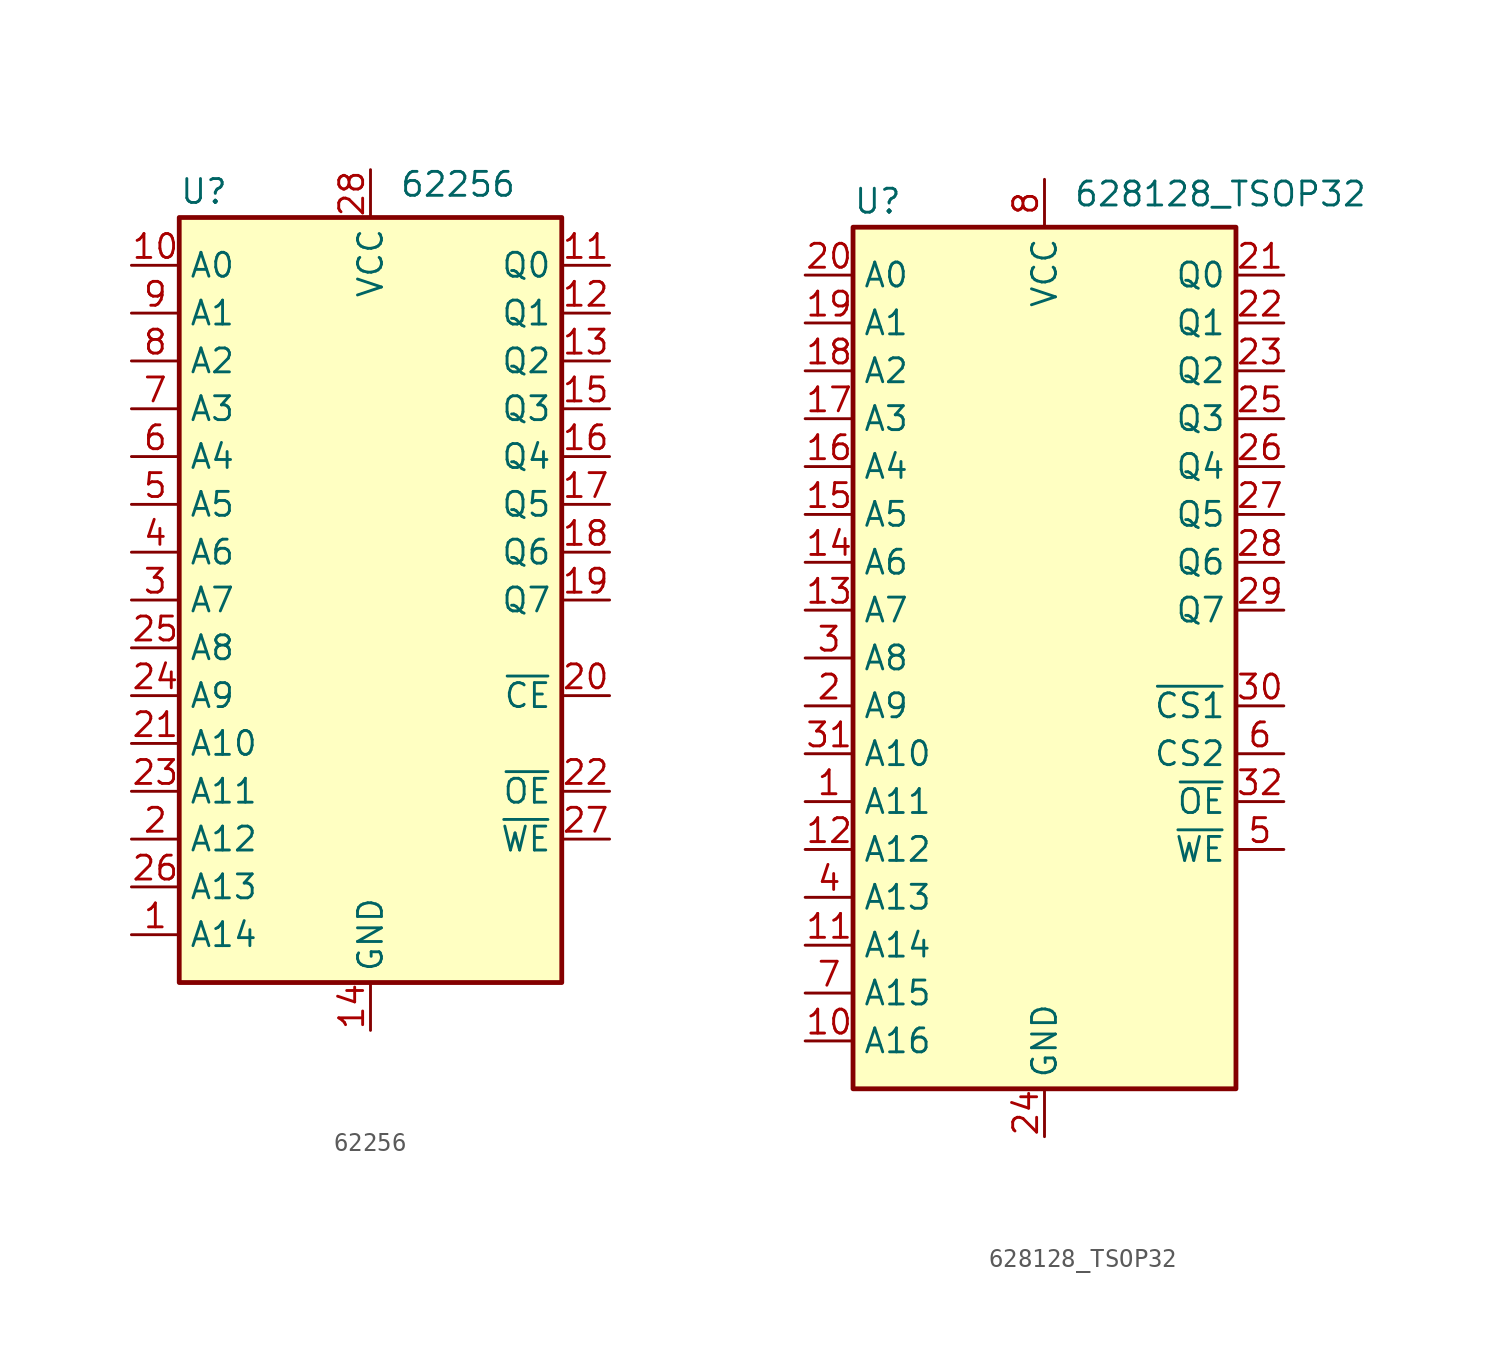
<source format=kicad_sym>
(kicad_symbol_lib
  (version 20211014)
  (generator kicad_symbol_editor)
  (symbol "62256"
    (property "Reference" "U"
      (at -10.16 20.955 0)
      (effects (font (size 1.27 1.27)) (justify left bottom)))
    (property "Value" "62256"
      (at 1.524 21.336 0)
      (effects (font (size 1.27 1.27)) (justify left bottom)))
    (symbol "62256_0_0"
      (pin power_in line (at 0 -22.86 90) (length 2.54) (name "GND" (effects (font (size 1.27 1.27)))) (number "14" (effects (font (size 1.27 1.27)))))
      (pin power_in line (at 0 22.86 270) (length 2.54) (name "VCC" (effects (font (size 1.27 1.27)))) (number "28" (effects (font (size 1.27 1.27))))))
    (symbol "62256_0_1"
      (rectangle (start -10.16 20.32) (end 10.16 -20.32) (stroke (width 0.254) (type default) (color 0 0 0 0)) (fill (type background))))
    (symbol "62256_1_1"
      (pin input line (at -12.7 -17.78 0) (length 2.54) (name "A14" (effects (font (size 1.27 1.27)))) (number "1" (effects (font (size 1.27 1.27)))))
      (pin input line (at -12.7 17.78 0) (length 2.54) (name "A0" (effects (font (size 1.27 1.27)))) (number "10" (effects (font (size 1.27 1.27)))))
      (pin tri_state line (at 12.7 17.78 180) (length 2.54) (name "Q0" (effects (font (size 1.27 1.27)))) (number "11" (effects (font (size 1.27 1.27)))))
      (pin tri_state line (at 12.7 15.24 180) (length 2.54) (name "Q1" (effects (font (size 1.27 1.27)))) (number "12" (effects (font (size 1.27 1.27)))))
      (pin tri_state line (at 12.7 12.7 180) (length 2.54) (name "Q2" (effects (font (size 1.27 1.27)))) (number "13" (effects (font (size 1.27 1.27)))))
      (pin tri_state line (at 12.7 10.16 180) (length 2.54) (name "Q3" (effects (font (size 1.27 1.27)))) (number "15" (effects (font (size 1.27 1.27)))))
      (pin tri_state line (at 12.7 7.62 180) (length 2.54) (name "Q4" (effects (font (size 1.27 1.27)))) (number "16" (effects (font (size 1.27 1.27)))))
      (pin tri_state line (at 12.7 5.08 180) (length 2.54) (name "Q5" (effects (font (size 1.27 1.27)))) (number "17" (effects (font (size 1.27 1.27)))))
      (pin tri_state line (at 12.7 2.54 180) (length 2.54) (name "Q6" (effects (font (size 1.27 1.27)))) (number "18" (effects (font (size 1.27 1.27)))))
      (pin tri_state line (at 12.7 0 180) (length 2.54) (name "Q7" (effects (font (size 1.27 1.27)))) (number "19" (effects (font (size 1.27 1.27)))))
      (pin input line (at -12.7 -12.7 0) (length 2.54) (name "A12" (effects (font (size 1.27 1.27)))) (number "2" (effects (font (size 1.27 1.27)))))
      (pin input line (at 12.7 -5.08 180) (length 2.54) (name "~{CE}" (effects (font (size 1.27 1.27)))) (number "20" (effects (font (size 1.27 1.27)))))
      (pin input line (at -12.7 -7.62 0) (length 2.54) (name "A10" (effects (font (size 1.27 1.27)))) (number "21" (effects (font (size 1.27 1.27)))))
      (pin input line (at 12.7 -10.16 180) (length 2.54) (name "~{OE}" (effects (font (size 1.27 1.27)))) (number "22" (effects (font (size 1.27 1.27)))))
      (pin input line (at -12.7 -10.16 0) (length 2.54) (name "A11" (effects (font (size 1.27 1.27)))) (number "23" (effects (font (size 1.27 1.27)))))
      (pin input line (at -12.7 -5.08 0) (length 2.54) (name "A9" (effects (font (size 1.27 1.27)))) (number "24" (effects (font (size 1.27 1.27)))))
      (pin input line (at -12.7 -2.54 0) (length 2.54) (name "A8" (effects (font (size 1.27 1.27)))) (number "25" (effects (font (size 1.27 1.27)))))
      (pin input line (at -12.7 -15.24 0) (length 2.54) (name "A13" (effects (font (size 1.27 1.27)))) (number "26" (effects (font (size 1.27 1.27)))))
      (pin input line (at 12.7 -12.7 180) (length 2.54) (name "~{WE}" (effects (font (size 1.27 1.27)))) (number "27" (effects (font (size 1.27 1.27)))))
      (pin input line (at -12.7 0 0) (length 2.54) (name "A7" (effects (font (size 1.27 1.27)))) (number "3" (effects (font (size 1.27 1.27)))))
      (pin input line (at -12.7 2.54 0) (length 2.54) (name "A6" (effects (font (size 1.27 1.27)))) (number "4" (effects (font (size 1.27 1.27)))))
      (pin input line (at -12.7 5.08 0) (length 2.54) (name "A5" (effects (font (size 1.27 1.27)))) (number "5" (effects (font (size 1.27 1.27)))))
      (pin input line (at -12.7 7.62 0) (length 2.54) (name "A4" (effects (font (size 1.27 1.27)))) (number "6" (effects (font (size 1.27 1.27)))))
      (pin input line (at -12.7 10.16 0) (length 2.54) (name "A3" (effects (font (size 1.27 1.27)))) (number "7" (effects (font (size 1.27 1.27)))))
      (pin input line (at -12.7 12.7 0) (length 2.54) (name "A2" (effects (font (size 1.27 1.27)))) (number "8" (effects (font (size 1.27 1.27)))))
      (pin input line (at -12.7 15.24 0) (length 2.54) (name "A1" (effects (font (size 1.27 1.27)))) (number "9" (effects (font (size 1.27 1.27)))))))
  (symbol "628128_TSOP32"
    (property "Reference" "U"
      (at -10.16 23.495 0)
      (effects (font (size 1.27 1.27)) (justify left bottom)))
    (property "Value" "628128_TSOP32"
      (at 1.524 23.876 0)
      (effects (font (size 1.27 1.27)) (justify left bottom)))
    (symbol "628128_TSOP32_0_0"
      (pin power_in line (at 0 -25.4 90) (length 2.54) (name "GND" (effects (font (size 1.27 1.27)))) (number "24" (effects (font (size 1.27 1.27)))))
      (pin power_in line (at 0 25.4 270) (length 2.54) (name "VCC" (effects (font (size 1.27 1.27)))) (number "8" (effects (font (size 1.27 1.27))))))
    (symbol "628128_TSOP32_0_1"
      (rectangle (start -10.16 22.86) (end 10.16 -22.86) (stroke (width 0.254) (type default) (color 0 0 0 0)) (fill (type background))))
    (symbol "628128_TSOP32_1_1"
      (pin input line (at -12.7 -7.62 0) (length 2.54) (name "A11" (effects (font (size 1.27 1.27)))) (number "1" (effects (font (size 1.27 1.27)))))
      (pin input line (at -12.7 -20.32 0) (length 2.54) (name "A16" (effects (font (size 1.27 1.27)))) (number "10" (effects (font (size 1.27 1.27)))))
      (pin input line (at -12.7 -15.24 0) (length 2.54) (name "A14" (effects (font (size 1.27 1.27)))) (number "11" (effects (font (size 1.27 1.27)))))
      (pin input line (at -12.7 -10.16 0) (length 2.54) (name "A12" (effects (font (size 1.27 1.27)))) (number "12" (effects (font (size 1.27 1.27)))))
      (pin input line (at -12.7 2.54 0) (length 2.54) (name "A7" (effects (font (size 1.27 1.27)))) (number "13" (effects (font (size 1.27 1.27)))))
      (pin input line (at -12.7 5.08 0) (length 2.54) (name "A6" (effects (font (size 1.27 1.27)))) (number "14" (effects (font (size 1.27 1.27)))))
      (pin input line (at -12.7 7.62 0) (length 2.54) (name "A5" (effects (font (size 1.27 1.27)))) (number "15" (effects (font (size 1.27 1.27)))))
      (pin input line (at -12.7 10.16 0) (length 2.54) (name "A4" (effects (font (size 1.27 1.27)))) (number "16" (effects (font (size 1.27 1.27)))))
      (pin input line (at -12.7 12.7 0) (length 2.54) (name "A3" (effects (font (size 1.27 1.27)))) (number "17" (effects (font (size 1.27 1.27)))))
      (pin input line (at -12.7 15.24 0) (length 2.54) (name "A2" (effects (font (size 1.27 1.27)))) (number "18" (effects (font (size 1.27 1.27)))))
      (pin input line (at -12.7 17.78 0) (length 2.54) (name "A1" (effects (font (size 1.27 1.27)))) (number "19" (effects (font (size 1.27 1.27)))))
      (pin input line (at -12.7 -2.54 0) (length 2.54) (name "A9" (effects (font (size 1.27 1.27)))) (number "2" (effects (font (size 1.27 1.27)))))
      (pin input line (at -12.7 20.32 0) (length 2.54) (name "A0" (effects (font (size 1.27 1.27)))) (number "20" (effects (font (size 1.27 1.27)))))
      (pin tri_state line (at 12.7 20.32 180) (length 2.54) (name "Q0" (effects (font (size 1.27 1.27)))) (number "21" (effects (font (size 1.27 1.27)))))
      (pin tri_state line (at 12.7 17.78 180) (length 2.54) (name "Q1" (effects (font (size 1.27 1.27)))) (number "22" (effects (font (size 1.27 1.27)))))
      (pin tri_state line (at 12.7 15.24 180) (length 2.54) (name "Q2" (effects (font (size 1.27 1.27)))) (number "23" (effects (font (size 1.27 1.27)))))
      (pin tri_state line (at 12.7 12.7 180) (length 2.54) (name "Q3" (effects (font (size 1.27 1.27)))) (number "25" (effects (font (size 1.27 1.27)))))
      (pin tri_state line (at 12.7 10.16 180) (length 2.54) (name "Q4" (effects (font (size 1.27 1.27)))) (number "26" (effects (font (size 1.27 1.27)))))
      (pin tri_state line (at 12.7 7.62 180) (length 2.54) (name "Q5" (effects (font (size 1.27 1.27)))) (number "27" (effects (font (size 1.27 1.27)))))
      (pin tri_state line (at 12.7 5.08 180) (length 2.54) (name "Q6" (effects (font (size 1.27 1.27)))) (number "28" (effects (font (size 1.27 1.27)))))
      (pin tri_state line (at 12.7 2.54 180) (length 2.54) (name "Q7" (effects (font (size 1.27 1.27)))) (number "29" (effects (font (size 1.27 1.27)))))
      (pin input line (at -12.7 0 0) (length 2.54) (name "A8" (effects (font (size 1.27 1.27)))) (number "3" (effects (font (size 1.27 1.27)))))
      (pin input line (at 12.7 -2.54 180) (length 2.54) (name "~{CS1}" (effects (font (size 1.27 1.27)))) (number "30" (effects (font (size 1.27 1.27)))))
      (pin input line (at -12.7 -5.08 0) (length 2.54) (name "A10" (effects (font (size 1.27 1.27)))) (number "31" (effects (font (size 1.27 1.27)))))
      (pin input line (at 12.7 -7.62 180) (length 2.54) (name "~{OE}" (effects (font (size 1.27 1.27)))) (number "32" (effects (font (size 1.27 1.27)))))
      (pin input line (at -12.7 -12.7 0) (length 2.54) (name "A13" (effects (font (size 1.27 1.27)))) (number "4" (effects (font (size 1.27 1.27)))))
      (pin input line (at 12.7 -10.16 180) (length 2.54) (name "~{WE}" (effects (font (size 1.27 1.27)))) (number "5" (effects (font (size 1.27 1.27)))))
      (pin input line (at 12.7 -5.08 180) (length 2.54) (name "CS2" (effects (font (size 1.27 1.27)))) (number "6" (effects (font (size 1.27 1.27)))))
      (pin input line (at -12.7 -17.78 0) (length 2.54) (name "A15" (effects (font (size 1.27 1.27)))) (number "7" (effects (font (size 1.27 1.27)))))
      (pin no_connect line (at 10.16 -20.32 180) (length 2.54) hide (name "NC" (effects (font (size 1.27 1.27)))) (number "9" (effects (font (size 1.27 1.27))))))))
</source>
